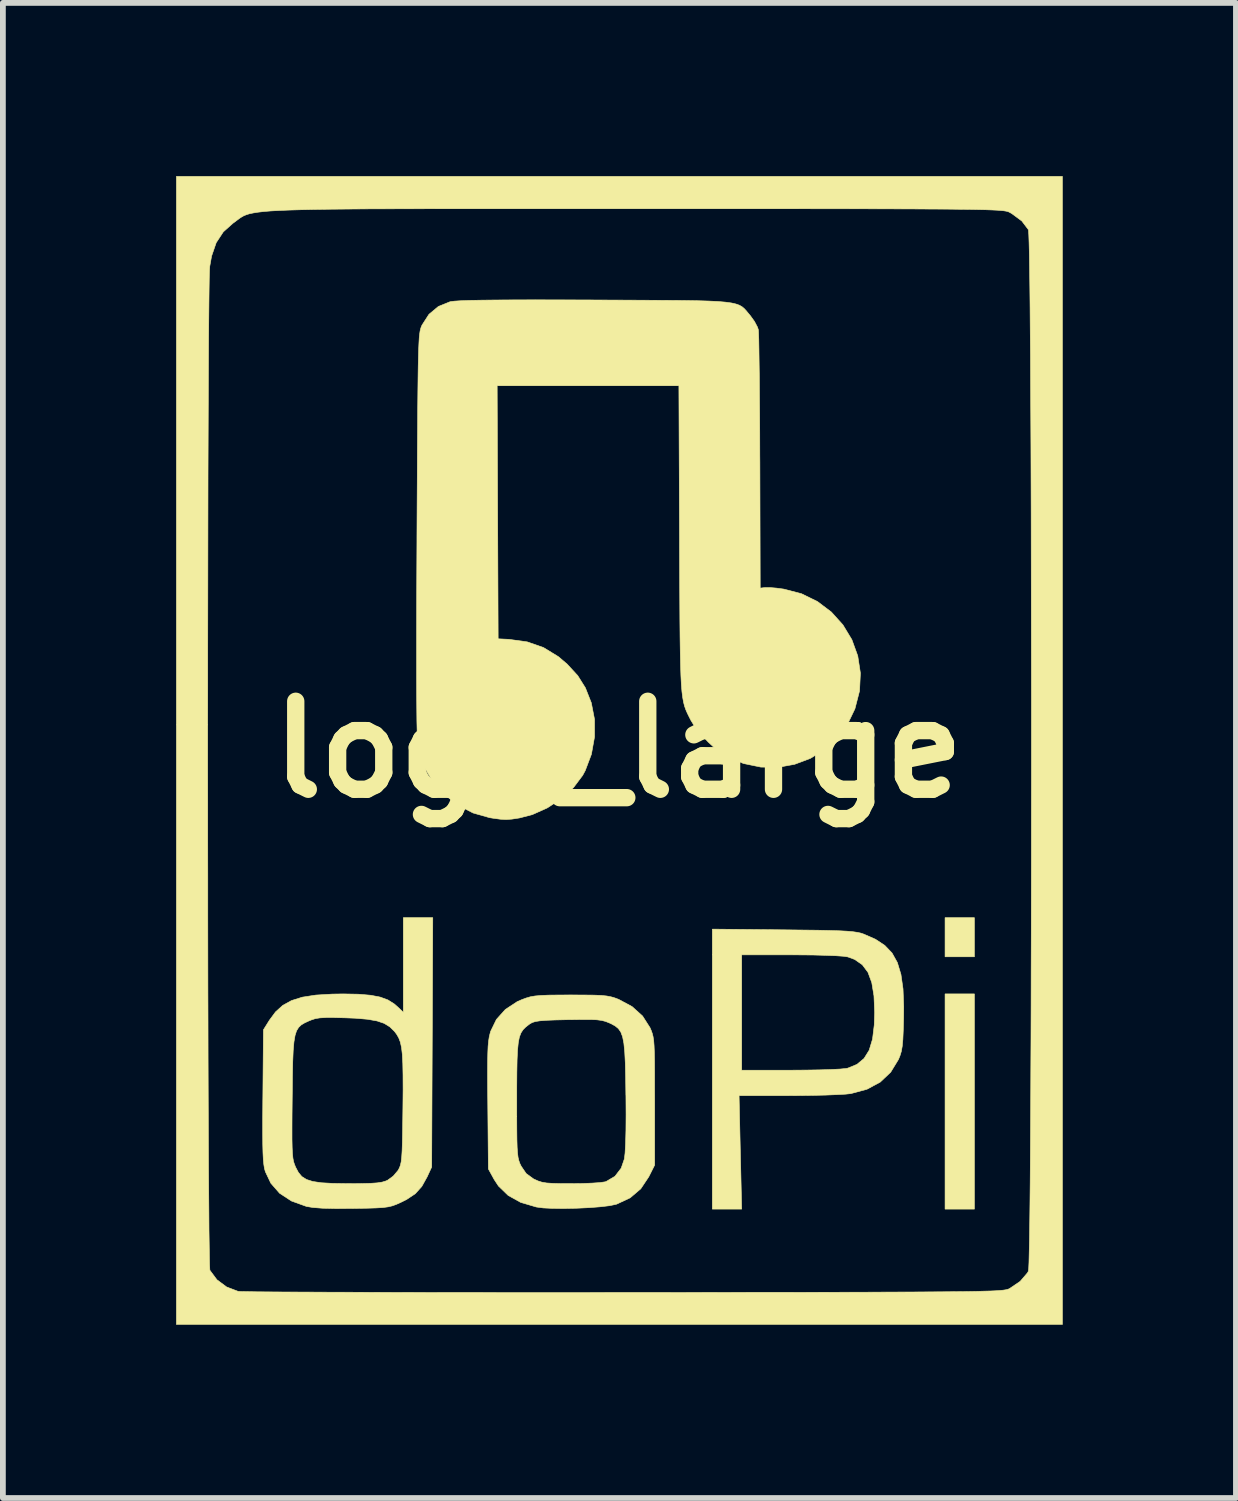
<source format=kicad_pcb>
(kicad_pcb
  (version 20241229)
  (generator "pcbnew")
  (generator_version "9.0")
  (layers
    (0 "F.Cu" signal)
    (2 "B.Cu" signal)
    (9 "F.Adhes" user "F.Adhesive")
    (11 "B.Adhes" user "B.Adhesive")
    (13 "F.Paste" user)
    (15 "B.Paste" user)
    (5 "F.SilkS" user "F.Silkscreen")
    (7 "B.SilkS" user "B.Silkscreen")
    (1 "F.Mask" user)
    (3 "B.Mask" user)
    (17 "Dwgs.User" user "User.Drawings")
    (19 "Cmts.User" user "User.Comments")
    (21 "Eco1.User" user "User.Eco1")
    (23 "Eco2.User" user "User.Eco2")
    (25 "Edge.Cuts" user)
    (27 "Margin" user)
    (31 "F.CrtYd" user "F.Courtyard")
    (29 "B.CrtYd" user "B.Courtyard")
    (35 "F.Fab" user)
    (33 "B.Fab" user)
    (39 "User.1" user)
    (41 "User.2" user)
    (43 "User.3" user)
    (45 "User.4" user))
  (footprint "logo_large"
    (layer "F.Cu")
    (at 7.659 9.928)
    (property "Reference" "logo_large" (at 0 0 0) (layer "F.SilkS") (effects (font (size 1.524 1.524) (thickness 0.3))))
    (attr through_hole)
    (fp_poly (pts (xy 6.164 3.59) (xy 5.656 3.59) (xy 5.656 2.913) (xy 6.164 2.913) (xy 6.164 3.59)) (stroke (width 0.01) (type solid)) (fill yes) (layer "F.SilkS"))
    (fp_poly (pts (xy 6.164 7.959) (xy 5.656 7.959) (xy 5.656 4.233) (xy 6.164 4.233) (xy 6.164 7.959)) (stroke (width 0.01) (type solid)) (fill yes) (layer "F.SilkS"))
    (fp_poly (pts (xy 2.853 3.123) (xy 3.181 3.127) (xy 3.448 3.13) (xy 3.663 3.135) (xy 3.832 3.14) (xy 3.962 3.147) (xy 4.061 3.156) (xy 4.137 3.167) (xy 4.197 3.18) (xy 4.247 3.197) (xy 4.45 3.286) (xy 4.612 3.393) (xy 4.738 3.525) (xy 4.83 3.69) (xy 4.892 3.895) (xy 4.928 4.147) (xy 4.94 4.453) (xy 4.938 4.654) (xy 4.932 4.866) (xy 4.925 5.024) (xy 4.914 5.141) (xy 4.898 5.23) (xy 4.875 5.305) (xy 4.849 5.368) (xy 4.714 5.589) (xy 4.532 5.761) (xy 4.303 5.884) (xy 4.029 5.958) (xy 4.025 5.959) (xy 3.931 5.969) (xy 3.781 5.977) (xy 3.588 5.985) (xy 3.364 5.99) (xy 3.122 5.993) (xy 2.949 5.994) (xy 2.089 5.994) (xy 2.111 6.977) (xy 2.134 7.959) (xy 1.626 7.959) (xy 1.626 5.554) (xy 2.134 5.554) (xy 2.989 5.554) (xy 3.247 5.552) (xy 3.482 5.548) (xy 3.682 5.542) (xy 3.839 5.534) (xy 3.942 5.524) (xy 3.972 5.518) (xy 4.13 5.453) (xy 4.253 5.351) (xy 4.342 5.208) (xy 4.4 5.016) (xy 4.43 4.771) (xy 4.437 4.555) (xy 4.425 4.267) (xy 4.387 4.037) (xy 4.321 3.859) (xy 4.223 3.728) (xy 4.091 3.636) (xy 3.972 3.592) (xy 3.899 3.581) (xy 3.769 3.572) (xy 3.59 3.565) (xy 3.372 3.559) (xy 3.125 3.557) (xy 2.989 3.556) (xy 2.134 3.556) (xy 2.134 5.554) (xy 1.626 5.554) (xy 1.626 3.111) (xy 2.853 3.123)) (stroke (width 0.01) (type solid)) (fill yes) (layer "F.SilkS"))
    (fp_poly (pts (xy -3.234 7.231) (xy -3.312 7.4) (xy -3.405 7.567) (xy -3.517 7.692) (xy -3.668 7.793) (xy -3.771 7.844) (xy -3.847 7.878) (xy -3.916 7.903) (xy -3.988 7.92) (xy -4.077 7.932) (xy -4.195 7.939) (xy -4.355 7.944) (xy -4.568 7.947) (xy -4.606 7.948) (xy -4.897 7.949) (xy -5.125 7.944) (xy -5.293 7.931) (xy -5.402 7.913) (xy -5.662 7.819) (xy -5.867 7.685) (xy -6.019 7.511) (xy -6.114 7.311) (xy -6.129 7.258) (xy -6.14 7.191) (xy -6.149 7.103) (xy -6.155 6.986) (xy -6.159 6.833) (xy -6.16 6.636) (xy -6.16 6.566) (xy -5.653 6.566) (xy -5.653 6.75) (xy -5.65 6.891) (xy -5.645 6.996) (xy -5.637 7.075) (xy -5.626 7.135) (xy -5.61 7.184) (xy -5.591 7.231) (xy -5.542 7.324) (xy -5.483 7.395) (xy -5.403 7.446) (xy -5.293 7.481) (xy -5.145 7.503) (xy -4.948 7.514) (xy -4.694 7.518) (xy -4.674 7.518) (xy -4.456 7.517) (xy -4.294 7.513) (xy -4.177 7.505) (xy -4.092 7.492) (xy -4.029 7.473) (xy -3.997 7.459) (xy -3.9 7.388) (xy -3.819 7.293) (xy -3.811 7.281) (xy -3.791 7.242) (xy -3.775 7.198) (xy -3.762 7.14) (xy -3.753 7.06) (xy -3.746 6.95) (xy -3.741 6.8) (xy -3.737 6.604) (xy -3.734 6.353) (xy -3.732 6.208) (xy -3.729 5.895) (xy -3.73 5.641) (xy -3.734 5.44) (xy -3.742 5.282) (xy -3.756 5.16) (xy -3.777 5.066) (xy -3.805 4.993) (xy -3.841 4.931) (xy -3.878 4.882) (xy -3.959 4.803) (xy -4.056 4.743) (xy -4.18 4.701) (xy -4.343 4.672) (xy -4.554 4.654) (xy -4.728 4.647) (xy -4.924 4.642) (xy -5.066 4.642) (xy -5.17 4.648) (xy -5.249 4.661) (xy -5.317 4.683) (xy -5.361 4.701) (xy -5.433 4.734) (xy -5.492 4.769) (xy -5.538 4.813) (xy -5.574 4.872) (xy -5.6 4.953) (xy -5.619 5.065) (xy -5.632 5.215) (xy -5.64 5.408) (xy -5.645 5.653) (xy -5.648 5.958) (xy -5.649 6.036) (xy -5.652 6.331) (xy -5.653 6.566) (xy -6.16 6.566) (xy -6.16 6.388) (xy -6.158 6.082) (xy -6.157 6.003) (xy -6.147 4.854) (xy -6.044 4.689) (xy -5.938 4.545) (xy -5.813 4.432) (xy -5.661 4.348) (xy -5.473 4.289) (xy -5.24 4.253) (xy -4.954 4.236) (xy -4.768 4.233) (xy -4.502 4.238) (xy -4.291 4.256) (xy -4.125 4.288) (xy -3.992 4.337) (xy -3.881 4.407) (xy -3.822 4.459) (xy -3.725 4.551) (xy -3.725 2.913) (xy -3.215 2.913) (xy -3.234 7.231)) (stroke (width 0.01) (type solid)) (fill yes) (layer "F.SilkS"))
    (fp_poly (pts (xy -0.601 4.252) (xy -0.428 4.254) (xy -0.299 4.259) (xy -0.202 4.269) (xy -0.125 4.284) (xy -0.055 4.305) (xy 0.003 4.327) (xy 0.236 4.452) (xy 0.418 4.616) (xy 0.545 4.815) (xy 0.546 4.816) (xy 0.568 4.867) (xy 0.585 4.915) (xy 0.599 4.969) (xy 0.61 5.037) (xy 0.617 5.127) (xy 0.622 5.246) (xy 0.625 5.403) (xy 0.626 5.606) (xy 0.626 5.863) (xy 0.627 6.096) (xy 0.627 7.197) (xy 0.525 7.4) (xy 0.387 7.607) (xy 0.203 7.764) (xy -0.028 7.872) (xy -0.044 7.877) (xy -0.153 7.9) (xy -0.313 7.919) (xy -0.507 7.934) (xy -0.72 7.944) (xy -0.934 7.948) (xy -1.134 7.947) (xy -1.302 7.939) (xy -1.422 7.923) (xy -1.693 7.843) (xy -1.91 7.722) (xy -2.077 7.56) (xy -2.152 7.446) (xy -2.252 7.264) (xy -2.262 6.168) (xy -2.263 6.063) (xy -1.761 6.063) (xy -1.761 6.351) (xy -1.76 6.579) (xy -1.758 6.755) (xy -1.754 6.889) (xy -1.747 6.989) (xy -1.738 7.063) (xy -1.725 7.118) (xy -1.709 7.165) (xy -1.687 7.21) (xy -1.685 7.215) (xy -1.597 7.344) (xy -1.472 7.435) (xy -1.458 7.442) (xy -1.392 7.472) (xy -1.325 7.493) (xy -1.243 7.507) (xy -1.133 7.514) (xy -0.981 7.518) (xy -0.808 7.518) (xy -0.623 7.516) (xy -0.455 7.509) (xy -0.32 7.5) (xy -0.231 7.487) (xy -0.214 7.482) (xy -0.06 7.391) (xy 0.048 7.25) (xy 0.103 7.09) (xy 0.115 6.988) (xy 0.124 6.822) (xy 0.13 6.599) (xy 0.132 6.321) (xy 0.13 5.993) (xy 0.129 5.986) (xy 0.125 5.678) (xy 0.119 5.431) (xy 0.109 5.236) (xy 0.094 5.087) (xy 0.072 4.975) (xy 0.041 4.893) (xy -0.001 4.833) (xy -0.055 4.789) (xy -0.123 4.751) (xy -0.161 4.734) (xy -0.224 4.709) (xy -0.29 4.692) (xy -0.373 4.681) (xy -0.485 4.676) (xy -0.638 4.676) (xy -0.844 4.679) (xy -0.881 4.679) (xy -1.094 4.684) (xy -1.25 4.69) (xy -1.361 4.699) (xy -1.438 4.711) (xy -1.492 4.728) (xy -1.535 4.752) (xy -1.547 4.761) (xy -1.605 4.806) (xy -1.651 4.852) (xy -1.687 4.907) (xy -1.715 4.979) (xy -1.734 5.075) (xy -1.747 5.204) (xy -1.755 5.372) (xy -1.759 5.587) (xy -1.761 5.858) (xy -1.761 6.063) (xy -2.263 6.063) (xy -2.265 5.859) (xy -2.266 5.61) (xy -2.265 5.413) (xy -2.262 5.259) (xy -2.257 5.14) (xy -2.248 5.048) (xy -2.237 4.976) (xy -2.222 4.914) (xy -2.213 4.881) (xy -2.113 4.675) (xy -1.958 4.502) (xy -1.753 4.367) (xy -1.673 4.332) (xy -1.598 4.304) (xy -1.526 4.283) (xy -1.446 4.269) (xy -1.344 4.26) (xy -1.21 4.254) (xy -1.03 4.252) (xy -0.83 4.251) (xy -0.601 4.252)) (stroke (width 0.01) (type solid)) (fill yes) (layer "F.SilkS"))
    (fp_poly (pts (xy -1.009 -7.785) (xy -0.514 -7.784) (xy -0.389 -7.783) (xy 0.076 -7.781) (xy 0.479 -7.779) (xy 0.824 -7.777) (xy 1.116 -7.775) (xy 1.36 -7.771) (xy 1.561 -7.765) (xy 1.724 -7.757) (xy 1.854 -7.746) (xy 1.956 -7.732) (xy 2.034 -7.714) (xy 2.094 -7.693) (xy 2.141 -7.666) (xy 2.179 -7.634) (xy 2.214 -7.596) (xy 2.25 -7.552) (xy 2.282 -7.514) (xy 2.355 -7.413) (xy 2.408 -7.313) (xy 2.423 -7.267) (xy 2.426 -7.216) (xy 2.43 -7.103) (xy 2.433 -6.934) (xy 2.436 -6.715) (xy 2.44 -6.453) (xy 2.442 -6.153) (xy 2.445 -5.821) (xy 2.447 -5.464) (xy 2.448 -5.087) (xy 2.449 -4.978) (xy 2.455 -2.794) (xy 2.542 -2.804) (xy 2.62 -2.804) (xy 2.738 -2.794) (xy 2.864 -2.777) (xy 3.17 -2.697) (xy 3.446 -2.562) (xy 3.687 -2.38) (xy 3.887 -2.158) (xy 4.042 -1.902) (xy 4.144 -1.621) (xy 4.19 -1.322) (xy 4.175 -1.014) (xy 4.095 -0.704) (xy 3.963 -0.429) (xy 3.785 -0.192) (xy 3.569 0.004) (xy 3.322 0.155) (xy 3.051 0.257) (xy 2.763 0.309) (xy 2.465 0.305) (xy 2.165 0.243) (xy 1.87 0.119) (xy 1.814 0.087) (xy 1.692 -0.001) (xy 1.555 -0.128) (xy 1.421 -0.272) (xy 1.311 -0.413) (xy 1.255 -0.504) (xy 1.222 -0.569) (xy 1.193 -0.628) (xy 1.168 -0.685) (xy 1.146 -0.747) (xy 1.128 -0.816) (xy 1.113 -0.899) (xy 1.1 -1) (xy 1.09 -1.123) (xy 1.082 -1.275) (xy 1.076 -1.459) (xy 1.071 -1.681) (xy 1.067 -1.945) (xy 1.064 -2.256) (xy 1.062 -2.619) (xy 1.06 -3.039) (xy 1.058 -3.521) (xy 1.058 -3.649) (xy 1.047 -6.299) (xy -2.1 -6.299) (xy -2.092 -4.108) (xy -2.083 -1.916) (xy -1.897 -1.907) (xy -1.579 -1.863) (xy -1.298 -1.765) (xy -1.041 -1.608) (xy -0.889 -1.479) (xy -0.705 -1.279) (xy -0.572 -1.067) (xy -0.473 -0.816) (xy -0.47 -0.809) (xy -0.414 -0.521) (xy -0.414 -0.218) (xy -0.468 0.083) (xy -0.574 0.364) (xy -0.619 0.448) (xy -0.778 0.66) (xy -0.987 0.851) (xy -1.23 1.011) (xy -1.491 1.128) (xy -1.714 1.186) (xy -1.844 1.206) (xy -1.945 1.213) (xy -2.043 1.208) (xy -2.169 1.191) (xy -2.231 1.181) (xy -2.517 1.1) (xy -2.784 0.962) (xy -3.022 0.773) (xy -3.222 0.545) (xy -3.374 0.285) (xy -3.463 0.026) (xy -3.471 -0.018) (xy -3.477 -0.089) (xy -3.482 -0.19) (xy -3.486 -0.325) (xy -3.49 -0.496) (xy -3.492 -0.708) (xy -3.494 -0.963) (xy -3.495 -1.265) (xy -3.495 -1.618) (xy -3.495 -2.025) (xy -3.494 -2.489) (xy -3.492 -3.013) (xy -3.489 -3.601) (xy -3.489 -3.675) (xy -3.486 -4.24) (xy -3.483 -4.741) (xy -3.481 -5.183) (xy -3.478 -5.569) (xy -3.476 -5.903) (xy -3.473 -6.19) (xy -3.47 -6.433) (xy -3.467 -6.636) (xy -3.463 -6.803) (xy -3.459 -6.939) (xy -3.454 -7.047) (xy -3.449 -7.131) (xy -3.442 -7.196) (xy -3.435 -7.245) (xy -3.426 -7.282) (xy -3.417 -7.312) (xy -3.406 -7.338) (xy -3.401 -7.349) (xy -3.281 -7.535) (xy -3.118 -7.671) (xy -2.921 -7.751) (xy -2.906 -7.755) (xy -2.843 -7.763) (xy -2.736 -7.77) (xy -2.583 -7.776) (xy -2.379 -7.78) (xy -2.123 -7.783) (xy -1.811 -7.785) (xy -1.441 -7.786) (xy -1.009 -7.785)) (stroke (width 0.01) (type solid)) (fill yes) (layer "F.SilkS"))
    (fp_poly (pts (xy 7.688 9.957) (xy -7.654 9.957) (xy -7.654 0.24) (xy -7.113 0.24) (xy -7.112 0.906) (xy -7.112 1.569) (xy -7.111 2.226) (xy -7.111 2.872) (xy -7.11 3.505) (xy -7.109 4.121) (xy -7.107 4.717) (xy -7.106 5.289) (xy -7.104 5.833) (xy -7.102 6.346) (xy -7.1 6.826) (xy -7.098 7.267) (xy -7.095 7.667) (xy -7.092 8.022) (xy -7.09 8.329) (xy -7.086 8.584) (xy -7.083 8.783) (xy -7.08 8.924) (xy -7.076 9.003) (xy -7.074 9.019) (xy -6.953 9.182) (xy -6.784 9.308) (xy -6.587 9.383) (xy -6.543 9.386) (xy -6.435 9.388) (xy -6.266 9.391) (xy -6.039 9.393) (xy -5.758 9.395) (xy -5.425 9.396) (xy -5.045 9.398) (xy -4.62 9.399) (xy -4.154 9.401) (xy -3.65 9.402) (xy -3.112 9.403) (xy -2.543 9.403) (xy -1.945 9.404) (xy -1.324 9.404) (xy -0.68 9.404) (xy -0.02 9.403) (xy 0.085 9.403) (xy 0.869 9.403) (xy 1.589 9.402) (xy 2.246 9.401) (xy 2.845 9.401) (xy 3.387 9.4) (xy 3.875 9.399) (xy 4.313 9.398) (xy 4.703 9.396) (xy 5.049 9.395) (xy 5.352 9.393) (xy 5.616 9.391) (xy 5.844 9.389) (xy 6.038 9.387) (xy 6.202 9.384) (xy 6.338 9.38) (xy 6.449 9.377) (xy 6.538 9.373) (xy 6.608 9.368) (xy 6.662 9.363) (xy 6.702 9.357) (xy 6.731 9.351) (xy 6.753 9.344) (xy 6.769 9.337) (xy 6.773 9.335) (xy 6.957 9.21) (xy 7.082 9.064) (xy 7.098 9.036) (xy 7.104 8.992) (xy 7.109 8.884) (xy 7.113 8.715) (xy 7.118 8.489) (xy 7.122 8.208) (xy 7.126 7.877) (xy 7.13 7.499) (xy 7.133 7.077) (xy 7.136 6.615) (xy 7.139 6.116) (xy 7.141 5.584) (xy 7.144 5.021) (xy 7.146 4.432) (xy 7.147 3.82) (xy 7.149 3.188) (xy 7.15 2.539) (xy 7.151 1.878) (xy 7.151 1.207) (xy 7.152 0.531) (xy 7.152 -0.148) (xy 7.152 -0.827) (xy 7.151 -1.501) (xy 7.15 -2.168) (xy 7.149 -2.823) (xy 7.148 -3.464) (xy 7.147 -4.086) (xy 7.145 -4.688) (xy 7.143 -5.265) (xy 7.14 -5.813) (xy 7.137 -6.329) (xy 7.135 -6.811) (xy 7.131 -7.254) (xy 7.128 -7.655) (xy 7.124 -8.011) (xy 7.12 -8.317) (xy 7.116 -8.572) (xy 7.111 -8.771) (xy 7.106 -8.91) (xy 7.101 -8.988) (xy 7.098 -9.002) (xy 6.985 -9.151) (xy 6.811 -9.28) (xy 6.773 -9.301) (xy 6.757 -9.309) (xy 6.737 -9.316) (xy 6.71 -9.322) (xy 6.673 -9.328) (xy 6.623 -9.333) (xy 6.557 -9.338) (xy 6.473 -9.342) (xy 6.367 -9.346) (xy 6.236 -9.349) (xy 6.079 -9.352) (xy 5.891 -9.354) (xy 5.669 -9.357) (xy 5.412 -9.358) (xy 5.116 -9.36) (xy 4.778 -9.361) (xy 4.395 -9.362) (xy 3.964 -9.363) (xy 3.483 -9.363) (xy 2.948 -9.364) (xy 2.357 -9.364) (xy 1.706 -9.364) (xy 0.993 -9.364) (xy 0.305 -9.364) (xy -0.482 -9.364) (xy -1.205 -9.364) (xy -1.866 -9.364) (xy -2.467 -9.364) (xy -3.013 -9.364) (xy -3.505 -9.363) (xy -3.947 -9.362) (xy -4.342 -9.361) (xy -4.692 -9.358) (xy -5.001 -9.355) (xy -5.271 -9.351) (xy -5.505 -9.346) (xy -5.707 -9.34) (xy -5.879 -9.333) (xy -6.023 -9.325) (xy -6.144 -9.315) (xy -6.244 -9.303) (xy -6.325 -9.29) (xy -6.391 -9.276) (xy -6.445 -9.259) (xy -6.489 -9.241) (xy -6.526 -9.22) (xy -6.56 -9.198) (xy -6.593 -9.173) (xy -6.629 -9.146) (xy -6.669 -9.116) (xy -6.672 -9.115) (xy -6.842 -8.963) (xy -6.965 -8.776) (xy -7.045 -8.544) (xy -7.077 -8.365) (xy -7.081 -8.302) (xy -7.085 -8.177) (xy -7.088 -7.991) (xy -7.091 -7.75) (xy -7.094 -7.456) (xy -7.097 -7.113) (xy -7.099 -6.724) (xy -7.101 -6.293) (xy -7.103 -5.823) (xy -7.105 -5.318) (xy -7.107 -4.781) (xy -7.108 -4.216) (xy -7.109 -3.626) (xy -7.11 -3.015) (xy -7.111 -2.385) (xy -7.112 -1.742) (xy -7.112 -1.088) (xy -7.113 -0.426) (xy -7.113 0.24) (xy -7.654 0.24) (xy -7.654 -9.923) (xy 7.688 -9.923) (xy 7.688 9.957)) (stroke (width 0.01) (type solid)) (fill yes) (layer "F.SilkS")))
  (gr_rect
    (start -3 -3)
    (end 18.352 22.89)
    (stroke (width 0.1) (type default))
    (fill no)
    (layer "Edge.Cuts")))
</source>
